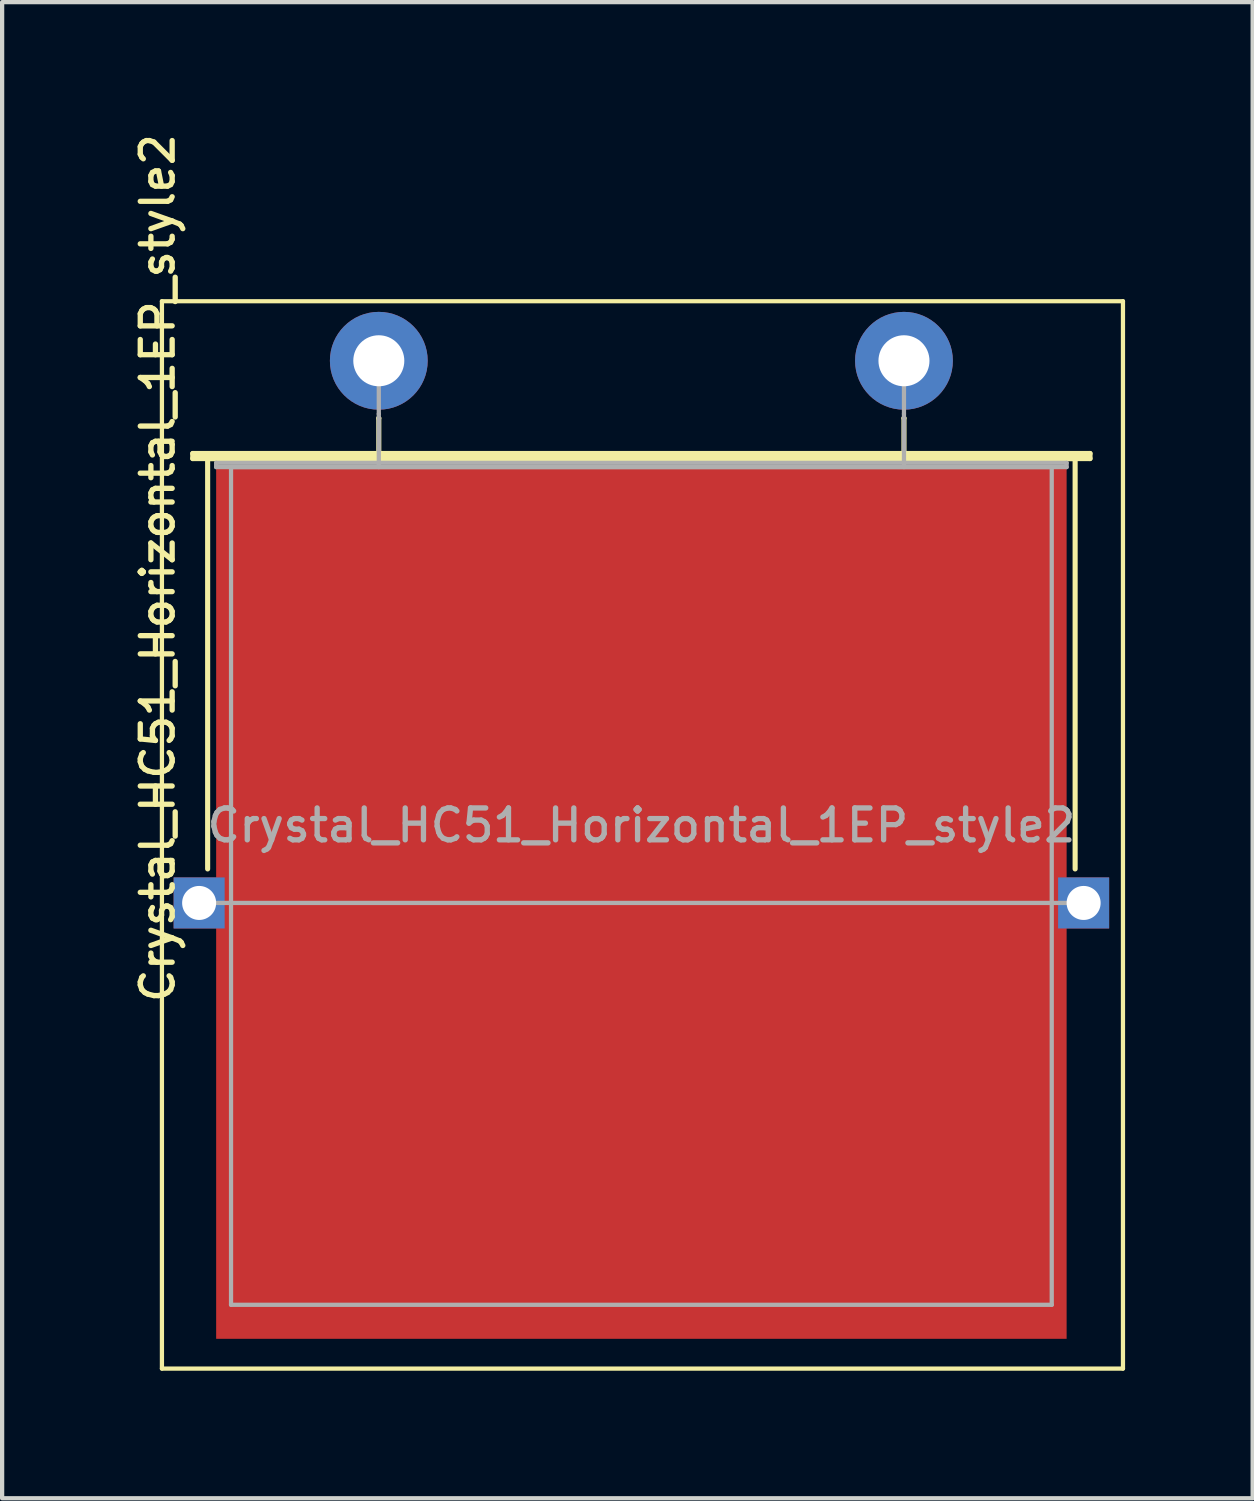
<source format=kicad_pcb>
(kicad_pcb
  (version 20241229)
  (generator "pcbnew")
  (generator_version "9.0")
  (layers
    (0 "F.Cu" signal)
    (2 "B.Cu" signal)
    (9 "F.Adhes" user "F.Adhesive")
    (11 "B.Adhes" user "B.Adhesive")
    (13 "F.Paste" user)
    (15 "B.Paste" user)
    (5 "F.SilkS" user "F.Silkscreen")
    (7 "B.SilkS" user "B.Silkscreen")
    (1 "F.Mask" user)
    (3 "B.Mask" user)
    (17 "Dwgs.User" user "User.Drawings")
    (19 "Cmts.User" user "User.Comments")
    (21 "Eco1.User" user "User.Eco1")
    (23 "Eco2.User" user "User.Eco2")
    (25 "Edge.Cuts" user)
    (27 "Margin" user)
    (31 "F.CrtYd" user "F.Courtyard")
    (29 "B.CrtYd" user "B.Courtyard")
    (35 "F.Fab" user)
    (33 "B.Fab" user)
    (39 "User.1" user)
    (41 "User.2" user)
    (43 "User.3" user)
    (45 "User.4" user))
  (footprint "Crystal_HC51_Horizontal_1EP_style2"
    (layer "F.Cu")
    (at 5.858 5.434)
    (property "Reference" "Crystal_HC51_Horizontal_1EP_style2" (at -5.2 4.875 90) (layer "F.SilkS") (effects (font (size 0.75 0.75) (thickness 0.125))))
    (attr through_hole)
    (fp_line (start -5.1 -1.4) (end -5.1 23.7) (stroke (width 0.1) (type solid)) (layer "F.SilkS"))
    (fp_line (start -5.1 23.7) (end 17.5 23.7) (stroke (width 0.1) (type solid)) (layer "F.SilkS"))
    (fp_line (start -4.375 2.18) (end 16.725 2.18) (stroke (width 0.12) (type solid)) (layer "F.SilkS"))
    (fp_line (start -4.375 2.3) (end -4.375 2.18) (stroke (width 0.12) (type solid)) (layer "F.SilkS"))
    (fp_line (start -4.025 2.3) (end 16.375 2.3) (stroke (width 0.12) (type solid)) (layer "F.SilkS"))
    (fp_line (start -4.025 11.95) (end -4.025 2.3) (stroke (width 0.12) (type solid)) (layer "F.SilkS"))
    (fp_line (start 0 1.35) (end 0 1.35) (stroke (width 0.12) (type solid)) (layer "F.SilkS"))
    (fp_line (start 0 2.3) (end 0 1.35) (stroke (width 0.12) (type solid)) (layer "F.SilkS"))
    (fp_line (start 12.35 1.35) (end 12.35 1.35) (stroke (width 0.12) (type solid)) (layer "F.SilkS"))
    (fp_line (start 12.35 2.3) (end 12.35 1.35) (stroke (width 0.12) (type solid)) (layer "F.SilkS"))
    (fp_line (start 16.375 2.3) (end 16.375 11.95) (stroke (width 0.12) (type solid)) (layer "F.SilkS"))
    (fp_line (start 16.725 2.18) (end 16.725 2.3) (stroke (width 0.12) (type solid)) (layer "F.SilkS"))
    (fp_line (start 16.725 2.3) (end -4.375 2.3) (stroke (width 0.12) (type solid)) (layer "F.SilkS"))
    (fp_line (start 17.5 -1.4) (end -5.1 -1.4) (stroke (width 0.1) (type solid)) (layer "F.SilkS"))
    (fp_line (start 17.5 23.7) (end 17.5 -1.4) (stroke (width 0.1) (type solid)) (layer "F.SilkS"))
    (fp_line (start -4.225 12.75) (end 16.575 12.75) (stroke (width 0.1) (type solid)) (layer "F.Fab"))
    (fp_line (start -3.825 2.4) (end 16.175 2.4) (stroke (width 0.1) (type solid)) (layer "F.Fab"))
    (fp_line (start -3.825 2.5) (end -3.825 2.4) (stroke (width 0.1) (type solid)) (layer "F.Fab"))
    (fp_line (start -3.475 2.5) (end -3.475 22.2) (stroke (width 0.1) (type solid)) (layer "F.Fab"))
    (fp_line (start -3.475 22.2) (end 15.825 22.2) (stroke (width 0.1) (type solid)) (layer "F.Fab"))
    (fp_line (start 0 1.25) (end 0 0) (stroke (width 0.1) (type solid)) (layer "F.Fab"))
    (fp_line (start 0 2.5) (end 0 1.25) (stroke (width 0.1) (type solid)) (layer "F.Fab"))
    (fp_line (start 12.35 1.25) (end 12.35 0) (stroke (width 0.1) (type solid)) (layer "F.Fab"))
    (fp_line (start 12.35 2.5) (end 12.35 1.25) (stroke (width 0.1) (type solid)) (layer "F.Fab"))
    (fp_line (start 15.825 2.5) (end -3.475 2.5) (stroke (width 0.1) (type solid)) (layer "F.Fab"))
    (fp_line (start 15.825 22.2) (end 15.825 2.5) (stroke (width 0.1) (type solid)) (layer "F.Fab"))
    (fp_line (start 16.175 2.4) (end 16.175 2.5) (stroke (width 0.1) (type solid)) (layer "F.Fab"))
    (fp_line (start 16.175 2.5) (end -3.825 2.5) (stroke (width 0.1) (type solid)) (layer "F.Fab"))
    (fp_text user "${REFERENCE}" (at 6.175 10.925 0) (layer "F.Fab") (effects (font (size 0.75 0.75) (thickness 0.125))))
    (pad "1" thru_hole circle (at 0 0) (size 2.3 2.3) (drill 1.2) (layers "*.Cu" "*.Mask"))
    (pad "2" thru_hole circle (at 12.35 0) (size 2.3 2.3) (drill 1.2) (layers "*.Cu" "*.Mask"))
    (pad "3" thru_hole rect (at -4.225 12.75) (size 1.2 1.2) (drill 0.8) (layers "*.Cu" "*.Mask"))
    (pad "3" smd rect (at 6.175 12.75) (size 20 20.5) (layers "F.Cu" "F.Mask" "F.Paste"))
    (pad "3" thru_hole rect (at 16.575 12.75) (size 1.2 1.2) (drill 0.8) (layers "*.Cu" "*.Mask")))
  (gr_rect
    (start -3 -3)
    (end 26.408 32.184)
    (stroke (width 0.1) (type default))
    (fill no)
    (layer "Edge.Cuts")))
</source>
